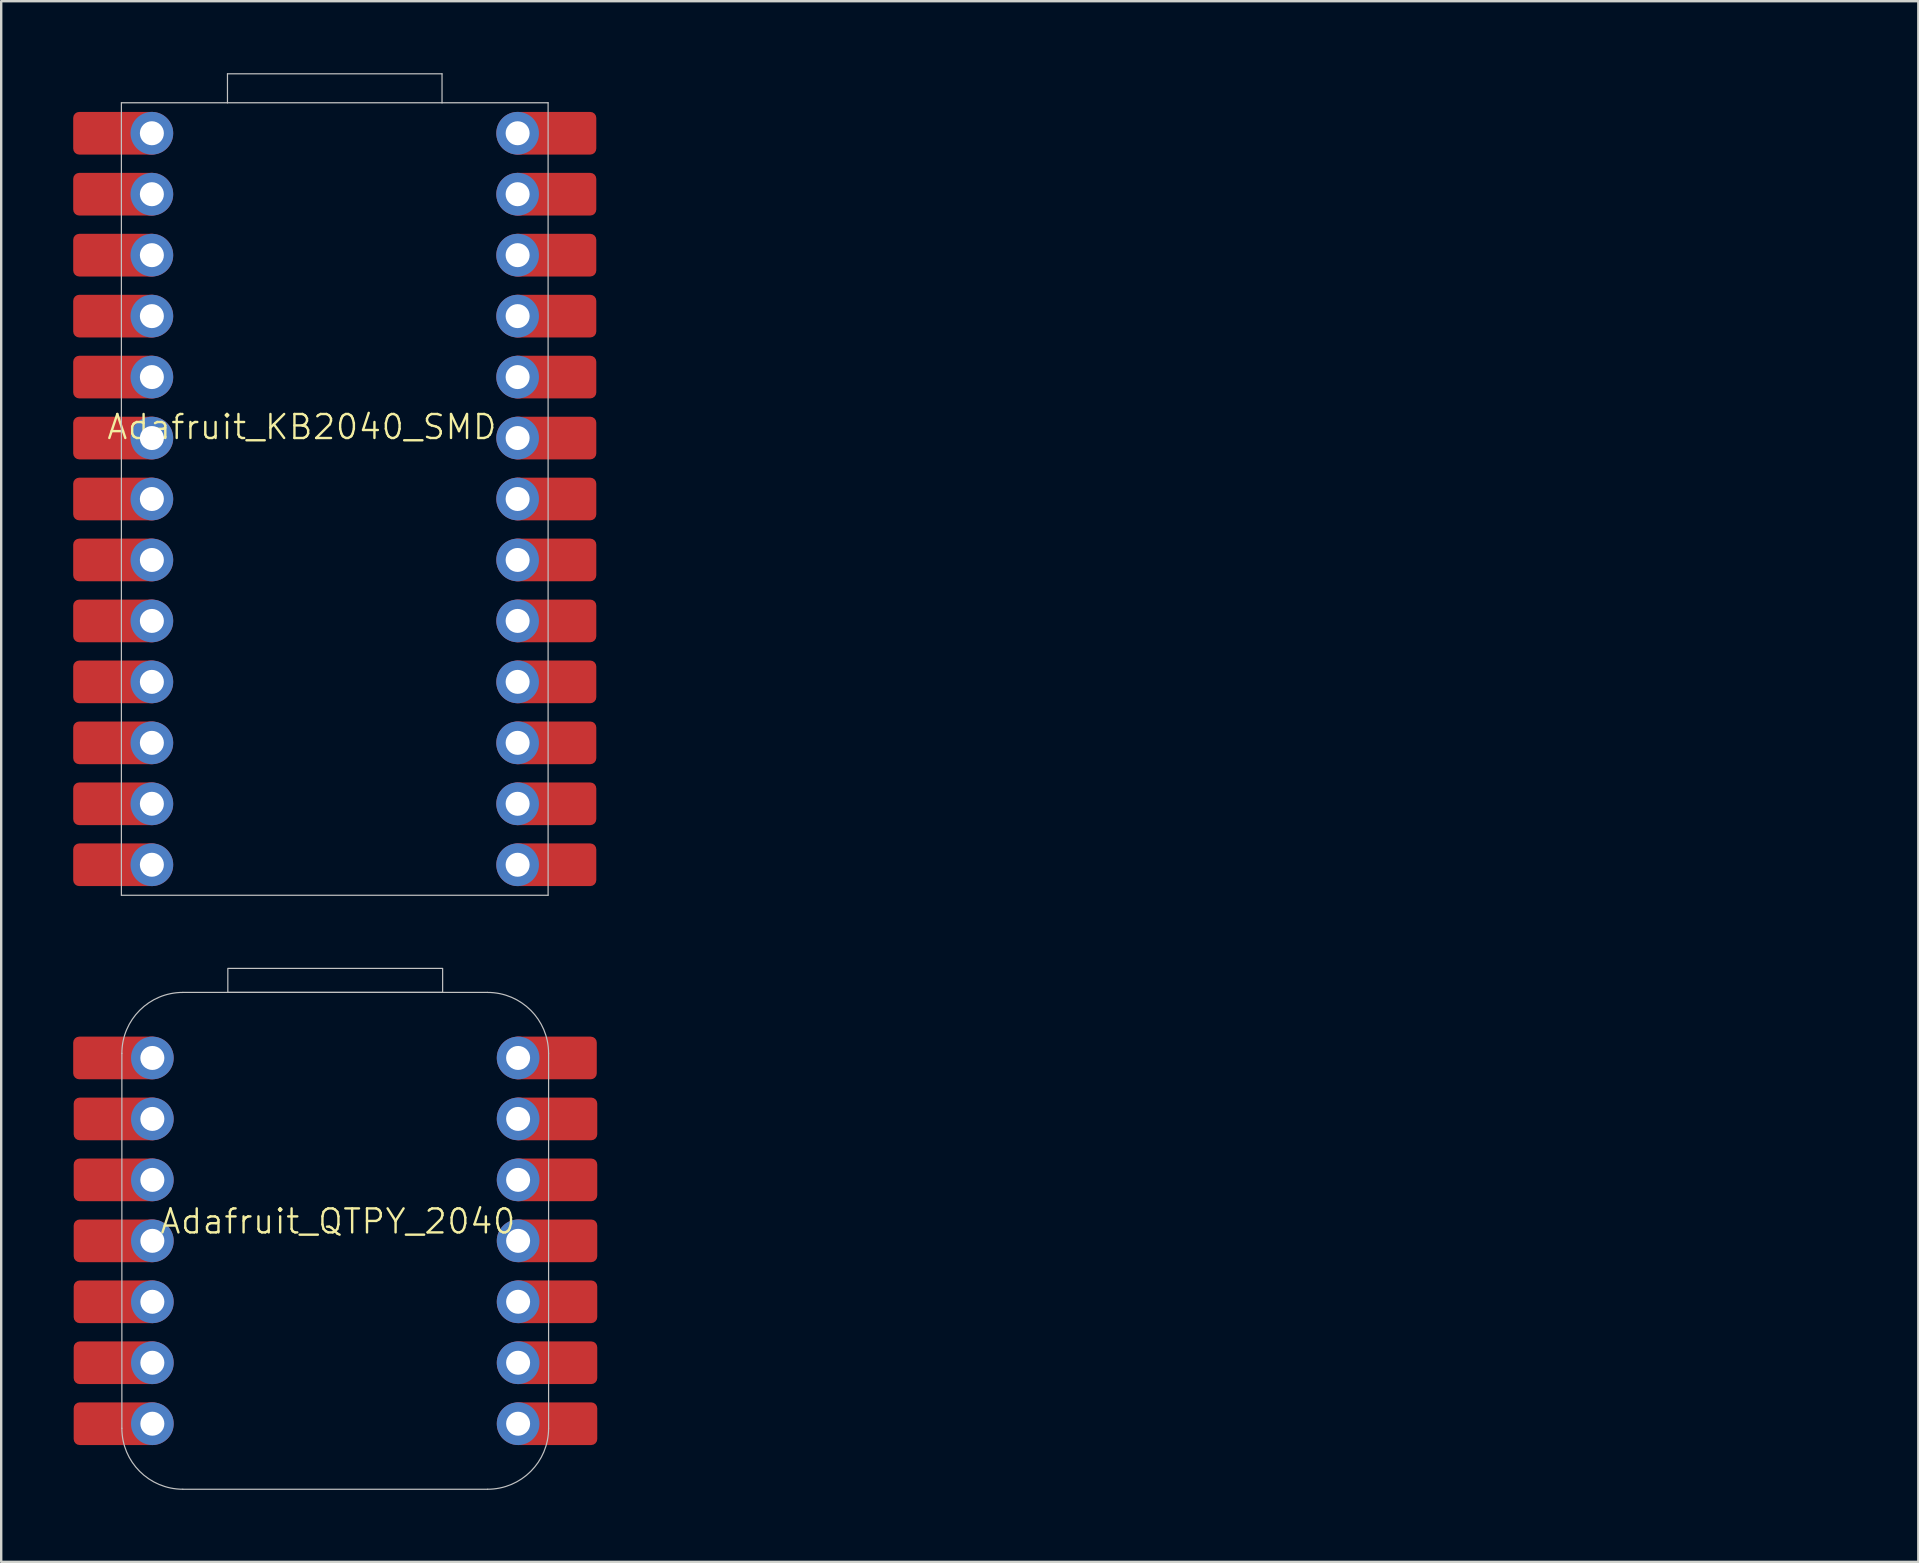
<source format=kicad_pcb>
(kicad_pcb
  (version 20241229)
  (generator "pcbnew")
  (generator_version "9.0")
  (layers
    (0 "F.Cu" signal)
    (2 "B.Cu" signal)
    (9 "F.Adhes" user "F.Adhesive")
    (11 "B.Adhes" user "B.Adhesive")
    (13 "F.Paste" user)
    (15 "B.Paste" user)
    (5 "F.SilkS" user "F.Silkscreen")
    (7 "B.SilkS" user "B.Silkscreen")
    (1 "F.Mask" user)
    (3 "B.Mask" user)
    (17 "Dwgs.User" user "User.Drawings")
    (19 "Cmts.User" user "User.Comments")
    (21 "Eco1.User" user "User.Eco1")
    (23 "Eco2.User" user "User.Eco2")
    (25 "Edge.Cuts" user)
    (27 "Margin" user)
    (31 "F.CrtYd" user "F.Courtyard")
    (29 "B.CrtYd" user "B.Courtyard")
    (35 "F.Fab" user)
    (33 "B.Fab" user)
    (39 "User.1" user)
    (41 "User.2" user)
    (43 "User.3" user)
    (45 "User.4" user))
  (footprint "Adafruit_QTPY_2040"
    (layer "F.Cu")
    (at 10.918 48.652)
    (property "Reference" "Adafruit_QTPY_2040" (at 0.11 -0.81 0) (unlocked yes) (layer "F.SilkS") (effects (font (size 1 1) (thickness 0.1))))
    (attr smd)
    (fp_line (start -8.89 7.811) (end -8.89 -7.811) (stroke (width 0.05) (type solid)) (layer "Dwgs.User"))
    (fp_line (start -6.35 -10.351) (end 6.35 -10.351) (stroke (width 0.05) (type solid)) (layer "Dwgs.User"))
    (fp_line (start 6.35 10.351) (end -6.35 10.351) (stroke (width 0.05) (type solid)) (layer "Dwgs.User"))
    (fp_line (start 8.89 -7.811) (end 8.89 7.811) (stroke (width 0.05) (type solid)) (layer "Dwgs.User"))
    (fp_rect (start -4.475 -11.351) (end 4.475 -10.351) (stroke (width 0.05) (type default)) (fill no) (layer "Dwgs.User"))
    (fp_arc (start -8.89 -7.8105) (mid -8.146051 -9.606551) (end -6.35 -10.3505) (stroke (width 0.05) (type solid)) (layer "Dwgs.User"))
    (fp_arc (start -6.35 10.3505) (mid -8.146051 9.606551) (end -8.89 7.8105) (stroke (width 0.05) (type solid)) (layer "Dwgs.User"))
    (fp_arc (start 6.35 -10.3505) (mid 8.146051 -9.606551) (end 8.89 -7.8105) (stroke (width 0.05) (type solid)) (layer "Dwgs.User"))
    (fp_arc (start 8.89 7.8105) (mid 8.146051 9.606551) (end 6.35 10.3505) (stroke (width 0.05) (type solid)) (layer "Dwgs.User"))
    (fp_text user "" (at 62.78 8.213 0) (unlocked yes) (layer "F.SilkS") (effects (font (size 0.894 0.894) (thickness 0.122))))
    (pad "1" smd roundrect (at -9.14 -7.62) (size 3.556 1.778) (layers "F.Cu" "F.Mask" "F.Paste") (roundrect_rratio 0.141))
    (pad "1" thru_hole circle (at -7.62 -7.62) (size 1.778 1.778) (drill 1) (layers "*.Cu" "*.Mask"))
    (pad "2" smd roundrect (at -9.12 -5.08) (size 3.556 1.778) (layers "F.Cu" "F.Mask" "F.Paste") (roundrect_rratio 0.141))
    (pad "2" thru_hole circle (at -7.62 -5.08) (size 1.778 1.778) (drill 1) (layers "*.Cu" "*.Mask"))
    (pad "3" smd roundrect (at -9.12 -2.54) (size 3.556 1.778) (layers "F.Cu" "F.Mask" "F.Paste") (roundrect_rratio 0.141))
    (pad "3" thru_hole circle (at -7.62 -2.54) (size 1.778 1.778) (drill 1) (layers "*.Cu" "*.Mask"))
    (pad "4" smd roundrect (at -9.12 0) (size 3.556 1.778) (layers "F.Cu" "F.Mask" "F.Paste") (roundrect_rratio 0.141))
    (pad "4" thru_hole circle (at -7.62 0) (size 1.778 1.778) (drill 1) (layers "*.Cu" "*.Mask"))
    (pad "5" smd roundrect (at -9.12 2.54) (size 3.556 1.778) (layers "F.Cu" "F.Mask" "F.Paste") (roundrect_rratio 0.141))
    (pad "5" thru_hole circle (at -7.62 2.54) (size 1.778 1.778) (drill 1) (layers "*.Cu" "*.Mask"))
    (pad "6" smd roundrect (at -9.12 5.08) (size 3.556 1.778) (layers "F.Cu" "F.Mask" "F.Paste") (roundrect_rratio 0.141))
    (pad "6" thru_hole circle (at -7.62 5.08) (size 1.778 1.778) (drill 1) (layers "*.Cu" "*.Mask"))
    (pad "7" smd roundrect (at -9.12 7.62) (size 3.556 1.778) (layers "F.Cu" "F.Mask" "F.Paste") (roundrect_rratio 0.141))
    (pad "7" thru_hole circle (at -7.62 7.62) (size 1.778 1.778) (drill 1) (layers "*.Cu" "*.Mask"))
    (pad "8" thru_hole circle (at 7.62 -7.62 180) (size 1.778 1.778) (drill 1) (layers "*.Cu" "*.Mask"))
    (pad "8" smd roundrect (at 9.12 -7.62) (size 3.556 1.778) (layers "F.Cu" "F.Mask" "F.Paste") (roundrect_rratio 0.141))
    (pad "9" thru_hole circle (at 7.62 -5.08 180) (size 1.778 1.778) (drill 1) (layers "*.Cu" "*.Mask"))
    (pad "9" smd roundrect (at 9.14 -5.08) (size 3.556 1.778) (layers "F.Cu" "F.Mask" "F.Paste") (roundrect_rratio 0.141))
    (pad "10" thru_hole circle (at 7.62 -2.54 180) (size 1.778 1.778) (drill 1) (layers "*.Cu" "*.Mask"))
    (pad "10" smd roundrect (at 9.14 -2.54) (size 3.556 1.778) (layers "F.Cu" "F.Mask" "F.Paste") (roundrect_rratio 0.141))
    (pad "11" thru_hole circle (at 7.62 0 180) (size 1.778 1.778) (drill 1) (layers "*.Cu" "*.Mask"))
    (pad "11" smd roundrect (at 9.14 0) (size 3.556 1.778) (layers "F.Cu" "F.Mask" "F.Paste") (roundrect_rratio 0.141))
    (pad "12" thru_hole circle (at 7.62 2.54 180) (size 1.778 1.778) (drill 1) (layers "*.Cu" "*.Mask"))
    (pad "12" smd roundrect (at 9.14 2.54) (size 3.556 1.778) (layers "F.Cu" "F.Mask" "F.Paste") (roundrect_rratio 0.141))
    (pad "13" thru_hole circle (at 7.62 5.08 180) (size 1.778 1.778) (drill 1) (layers "*.Cu" "*.Mask"))
    (pad "13" smd roundrect (at 9.14 5.08) (size 3.556 1.778) (layers "F.Cu" "F.Mask" "F.Paste") (roundrect_rratio 0.141))
    (pad "14" thru_hole circle (at 7.62 7.62 180) (size 1.778 1.778) (drill 1) (layers "*.Cu" "*.Mask"))
    (pad "14" smd roundrect (at 9.14 7.62) (size 3.556 1.778) (layers "F.Cu" "F.Mask" "F.Paste") (roundrect_rratio 0.141)))
  (footprint "Adafruit_KB2040_SMD"
    (layer "F.Cu")
    (at 10.888 17.732)
    (property "Reference" "Adafruit_KB2040_SMD" (at -1.36 -2.99 0) (unlocked yes) (layer "F.SilkS") (effects (font (size 1 1) (thickness 0.1))))
    (attr through_hole)
    (fp_line (start -8.88 -16.5) (end -8.88 16.52) (stroke (width 0.05) (type solid)) (layer "Dwgs.User"))
    (fp_line (start -8.88 16.52) (end 8.9 16.52) (stroke (width 0.05) (type solid)) (layer "Dwgs.User"))
    (fp_line (start -4.46 -17.706) (end -4.46 -16.5) (stroke (width 0.05) (type default)) (layer "Dwgs.User"))
    (fp_line (start -4.46 -16.5) (end -8.88 -16.5) (stroke (width 0.05) (type default)) (layer "Dwgs.User"))
    (fp_line (start -4.46 -16.5) (end 4.48 -16.5) (stroke (width 0.05) (type default)) (layer "Dwgs.User"))
    (fp_line (start 4.48 -17.706) (end -4.46 -17.706) (stroke (width 0.05) (type default)) (layer "Dwgs.User"))
    (fp_line (start 4.48 -17.706) (end 4.48 -16.5) (stroke (width 0.05) (type default)) (layer "Dwgs.User"))
    (fp_line (start 8.9 -16.5) (end 4.48 -16.5) (stroke (width 0.05) (type default)) (layer "Dwgs.User"))
    (fp_line (start 8.9 16.52) (end 8.9 -16.5) (stroke (width 0.05) (type solid)) (layer "Dwgs.User"))
    (pad "1" smd roundrect (at -9.11 -15.23) (size 3.556 1.778) (layers "F.Cu" "F.Mask") (roundrect_rratio 0.141))
    (pad "1" thru_hole circle (at -7.61 -15.23) (size 1.778 1.778) (drill 1) (layers "*.Cu" "*.Mask"))
    (pad "2" smd roundrect (at -9.11 -12.69) (size 3.556 1.778) (layers "F.Cu" "F.Mask") (roundrect_rratio 0.141))
    (pad "2" thru_hole circle (at -7.61 -12.69) (size 1.778 1.778) (drill 1) (layers "*.Cu" "*.Mask"))
    (pad "3" smd roundrect (at -9.11 -10.15) (size 3.556 1.778) (layers "F.Cu" "F.Mask") (roundrect_rratio 0.141))
    (pad "3" thru_hole circle (at -7.61 -10.15) (size 1.778 1.778) (drill 1) (layers "*.Cu" "*.Mask"))
    (pad "4" smd roundrect (at -9.11 -7.61) (size 3.556 1.778) (layers "F.Cu" "F.Mask") (roundrect_rratio 0.141))
    (pad "4" thru_hole circle (at -7.61 -7.61) (size 1.778 1.778) (drill 1) (layers "*.Cu" "*.Mask"))
    (pad "5" smd roundrect (at -9.11 -5.07) (size 3.556 1.778) (layers "F.Cu" "F.Mask") (roundrect_rratio 0.141))
    (pad "5" thru_hole circle (at -7.61 -5.07) (size 1.778 1.778) (drill 1) (layers "*.Cu" "*.Mask"))
    (pad "6" smd roundrect (at -9.11 -2.53) (size 3.556 1.778) (layers "F.Cu" "F.Mask") (roundrect_rratio 0.141))
    (pad "6" thru_hole circle (at -7.61 -2.53) (size 1.778 1.778) (drill 1) (layers "*.Cu" "*.Mask"))
    (pad "7" smd roundrect (at -9.11 0.01) (size 3.556 1.778) (layers "F.Cu" "F.Mask") (roundrect_rratio 0.141))
    (pad "7" thru_hole circle (at -7.61 0.01) (size 1.778 1.778) (drill 1) (layers "*.Cu" "*.Mask"))
    (pad "8" smd roundrect (at -9.11 2.55) (size 3.556 1.778) (layers "F.Cu" "F.Mask") (roundrect_rratio 0.141))
    (pad "8" thru_hole circle (at -7.61 2.55) (size 1.778 1.778) (drill 1) (layers "*.Cu" "*.Mask"))
    (pad "9" smd roundrect (at -9.11 5.09) (size 3.556 1.778) (layers "F.Cu" "F.Mask") (roundrect_rratio 0.141))
    (pad "9" thru_hole circle (at -7.61 5.09) (size 1.778 1.778) (drill 1) (layers "*.Cu" "*.Mask"))
    (pad "10" smd roundrect (at -9.11 7.63) (size 3.556 1.778) (layers "F.Cu" "F.Mask") (roundrect_rratio 0.141))
    (pad "10" thru_hole circle (at -7.61 7.63) (size 1.778 1.778) (drill 1) (layers "*.Cu" "*.Mask"))
    (pad "11" smd roundrect (at -9.11 10.17) (size 3.556 1.778) (layers "F.Cu" "F.Mask") (roundrect_rratio 0.141))
    (pad "11" thru_hole circle (at -7.61 10.17) (size 1.778 1.778) (drill 1) (layers "*.Cu" "*.Mask"))
    (pad "12" smd roundrect (at -9.11 12.71) (size 3.556 1.778) (layers "F.Cu" "F.Mask") (roundrect_rratio 0.141))
    (pad "12" thru_hole circle (at -7.61 12.71) (size 1.778 1.778) (drill 1) (layers "*.Cu" "*.Mask"))
    (pad "13" smd roundrect (at -9.11 15.25) (size 3.556 1.778) (layers "F.Cu" "F.Mask") (roundrect_rratio 0.141))
    (pad "13" thru_hole circle (at -7.61 15.25) (size 1.778 1.778) (drill 1) (layers "*.Cu" "*.Mask"))
    (pad "14" thru_hole circle (at 7.63 -15.23 180) (size 1.778 1.778) (drill 1) (layers "*.Cu" "*.Mask"))
    (pad "14" smd roundrect (at 9.13 -15.23) (size 3.556 1.778) (layers "F.Cu" "F.Mask") (roundrect_rratio 0.141))
    (pad "15" thru_hole circle (at 7.63 -12.69 180) (size 1.778 1.778) (drill 1) (layers "*.Cu" "*.Mask"))
    (pad "15" smd roundrect (at 9.13 -12.69) (size 3.556 1.778) (layers "F.Cu" "F.Mask") (roundrect_rratio 0.141))
    (pad "16" thru_hole circle (at 7.63 -10.15 180) (size 1.778 1.778) (drill 1) (layers "*.Cu" "*.Mask"))
    (pad "16" smd roundrect (at 9.13 -10.15) (size 3.556 1.778) (layers "F.Cu" "F.Mask") (roundrect_rratio 0.141))
    (pad "17" thru_hole circle (at 7.63 -7.61 180) (size 1.778 1.778) (drill 1) (layers "*.Cu" "*.Mask"))
    (pad "17" smd roundrect (at 9.13 -7.61) (size 3.556 1.778) (layers "F.Cu" "F.Mask") (roundrect_rratio 0.141))
    (pad "18" thru_hole circle (at 7.63 -5.07 180) (size 1.778 1.778) (drill 1) (layers "*.Cu" "*.Mask"))
    (pad "18" smd roundrect (at 9.13 -5.07) (size 3.556 1.778) (layers "F.Cu" "F.Mask") (roundrect_rratio 0.141))
    (pad "19" thru_hole circle (at 7.63 -2.53 180) (size 1.778 1.778) (drill 1) (layers "*.Cu" "*.Mask"))
    (pad "19" smd roundrect (at 9.13 -2.53) (size 3.556 1.778) (layers "F.Cu" "F.Mask") (roundrect_rratio 0.141))
    (pad "20" thru_hole circle (at 7.63 0.01 180) (size 1.778 1.778) (drill 1) (layers "*.Cu" "*.Mask"))
    (pad "20" smd roundrect (at 9.13 0.01) (size 3.556 1.778) (layers "F.Cu" "F.Mask") (roundrect_rratio 0.141))
    (pad "21" thru_hole circle (at 7.63 2.55 180) (size 1.778 1.778) (drill 1) (layers "*.Cu" "*.Mask"))
    (pad "21" smd roundrect (at 9.13 2.55) (size 3.556 1.778) (layers "F.Cu" "F.Mask") (roundrect_rratio 0.141))
    (pad "22" thru_hole circle (at 7.63 5.09 180) (size 1.778 1.778) (drill 1) (layers "*.Cu" "*.Mask"))
    (pad "22" smd roundrect (at 9.13 5.09) (size 3.556 1.778) (layers "F.Cu" "F.Mask") (roundrect_rratio 0.141))
    (pad "23" thru_hole circle (at 7.63 7.63 180) (size 1.778 1.778) (drill 1) (layers "*.Cu" "*.Mask"))
    (pad "23" smd roundrect (at 9.13 7.63) (size 3.556 1.778) (layers "F.Cu" "F.Mask") (roundrect_rratio 0.141))
    (pad "24" thru_hole circle (at 7.63 10.17 180) (size 1.778 1.778) (drill 1) (layers "*.Cu" "*.Mask"))
    (pad "24" smd roundrect (at 9.13 10.17) (size 3.556 1.778) (layers "F.Cu" "F.Mask") (roundrect_rratio 0.141))
    (pad "25" thru_hole circle (at 7.63 12.71 180) (size 1.778 1.778) (drill 1) (layers "*.Cu" "*.Mask"))
    (pad "25" smd roundrect (at 9.13 12.71) (size 3.556 1.778) (layers "F.Cu" "F.Mask") (roundrect_rratio 0.141))
    (pad "26" thru_hole circle (at 7.63 15.25 180) (size 1.778 1.778) (drill 1) (layers "*.Cu" "*.Mask"))
    (pad "26" smd roundrect (at 9.13 15.25) (size 3.556 1.778) (layers "F.Cu" "F.Mask") (roundrect_rratio 0.141)))
  (gr_rect
    (start -3 -3)
    (end 76.881 62.028)
    (stroke (width 0.1) (type default))
    (fill no)
    (layer "Edge.Cuts")))
</source>
